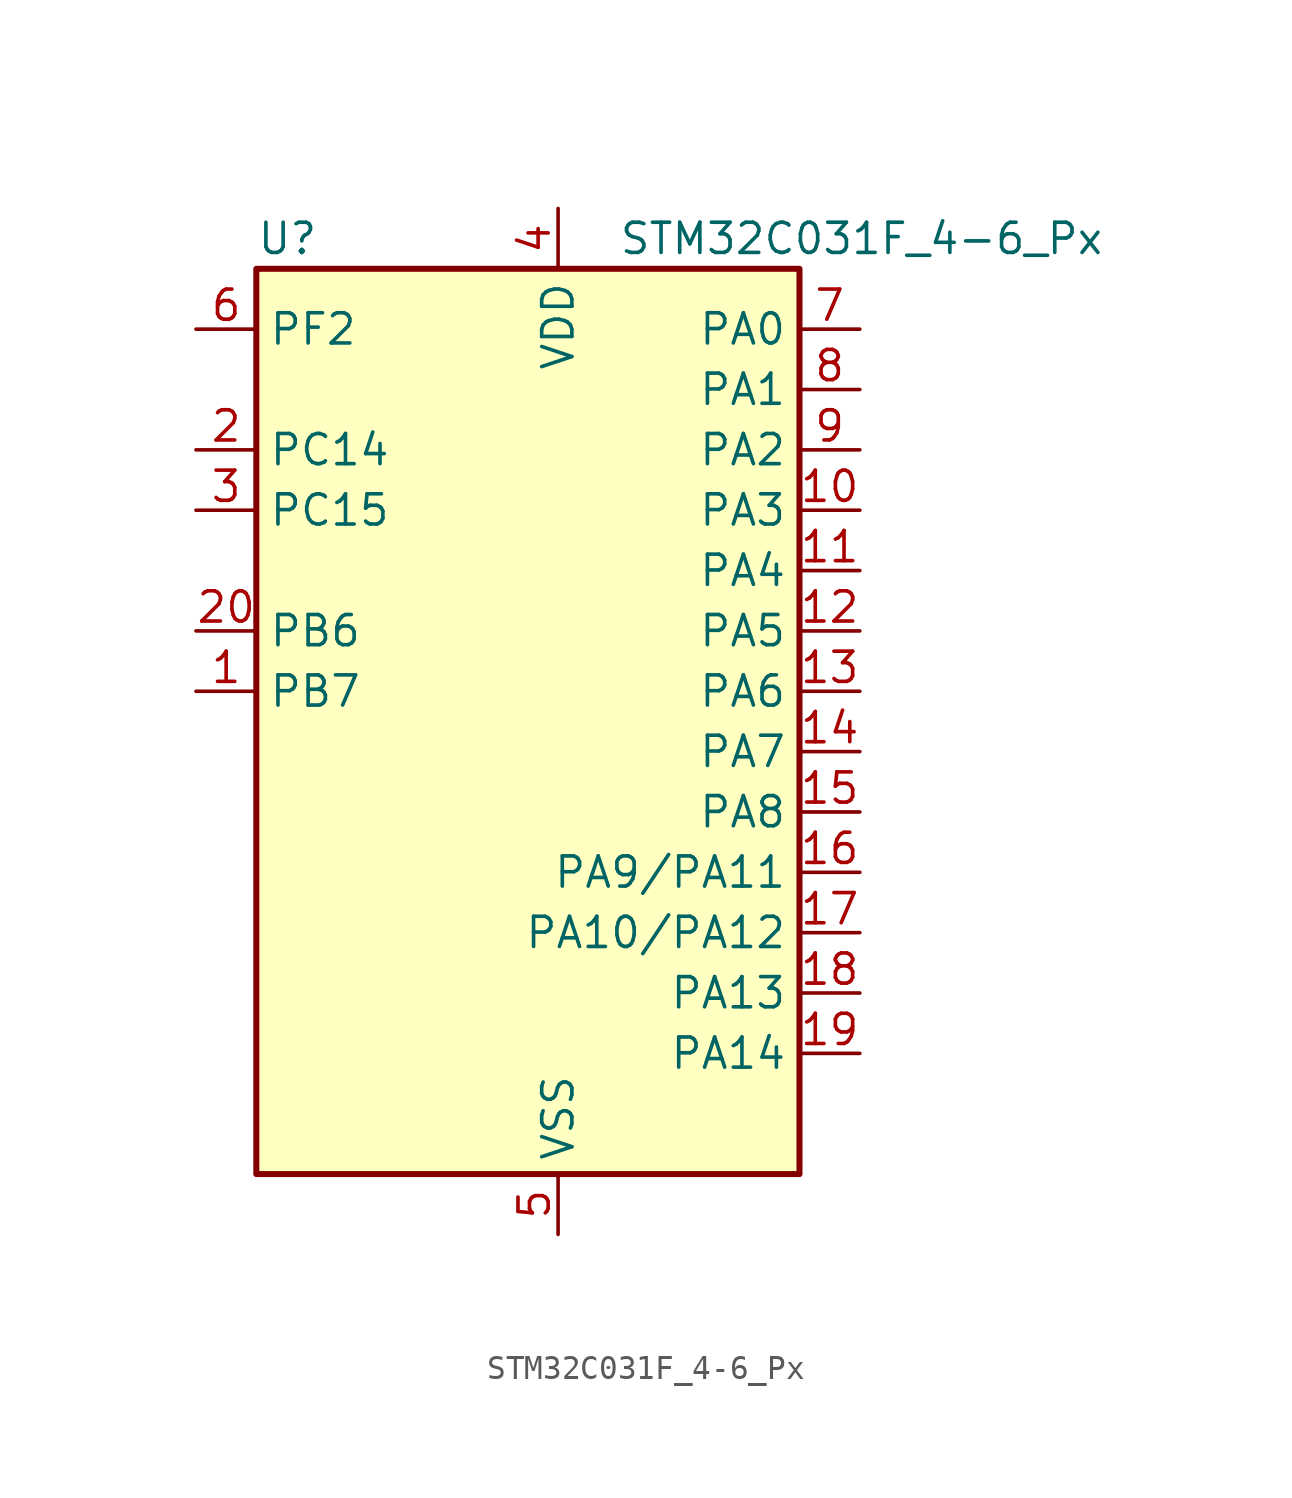
<source format=kicad_sym>
(kicad_symbol_lib
  (version 20211014)
  (generator kicad-library-utils)
  (symbol "STM32C031F_4-6_Px"
    (property "Reference" "U"
      (at -10.16 21.59 0)
      (effects (font (size 1.27 1.27)) (justify left)))
    (property "Value" "STM32C031F_4-6_Px"
      (at 5.08 21.59 0)
      (effects (font (size 1.27 1.27)) (justify left)))
    (property "ki_fp_filters" "TSSOP*4.4x6.5mm*P0.65mm*"
      (at 0.0 0.0 0.0)
      (effects (font (size 1.27 1.27))))
    (symbol "STM32C031F_4-6_Px_0_1"
      (rectangle (start -10.16 -17.78) (end 12.7 20.32) (stroke (width 0.254)) (fill (type background))))
    (symbol "STM32C031F_4-6_Px_1_1"
      (pin bidirectional line (at -12.7 17.78 0) (length 2.54) (name "PF2" (effects (font (size 1.27 1.27)))) (number "6" (effects (font (size 1.27 1.27)))) (alternate "RCC_MCO" bidirectional line) (alternate "TIM1_CH4" bidirectional line))
      (pin bidirectional line (at -12.7 12.7 0) (length 2.54) (name "PC14" (effects (font (size 1.27 1.27)))) (number "2" (effects (font (size 1.27 1.27)))) (alternate "I2C1_SDA" bidirectional line) (alternate "IR_OUT" bidirectional line) (alternate "RCC_OSCX_IN" bidirectional line) (alternate "TIM17_CH1" bidirectional line) (alternate "TIM1_BKIN2" bidirectional line) (alternate "TIM1_ETR" bidirectional line) (alternate "TIM3_CH2" bidirectional line) (alternate "USART1_TX" bidirectional line) (alternate "USART2_CK" bidirectional line) (alternate "USART2_DE" bidirectional line) (alternate "USART2_RTS" bidirectional line))
      (pin bidirectional line (at -12.7 10.16 0) (length 2.54) (name "PC15" (effects (font (size 1.27 1.27)))) (number "3" (effects (font (size 1.27 1.27)))) (alternate "RCC_OSC32_EN" bidirectional line) (alternate "RCC_OSCX_OUT" bidirectional line) (alternate "RCC_OSC_EN" bidirectional line) (alternate "TIM1_ETR" bidirectional line) (alternate "TIM3_CH3" bidirectional line))
      (pin bidirectional line (at -12.7 5.08 0) (length 2.54) (name "PB6" (effects (font (size 1.27 1.27)))) (number "20" (effects (font (size 1.27 1.27)))) (alternate "I2C1_SCL" bidirectional line) (alternate "I2C1_SMBA" bidirectional line) (alternate "I2S1_CK" bidirectional line) (alternate "I2S1_MCK" bidirectional line) (alternate "I2S1_SD" bidirectional line) (alternate "PWR_WKUP3" bidirectional line) (alternate "SPI1_MISO" bidirectional line) (alternate "SPI1_MOSI" bidirectional line) (alternate "SPI1_SCK" bidirectional line) (alternate "TIM16_BKIN" bidirectional line) (alternate "TIM16_CH1N" bidirectional line) (alternate "TIM17_BKIN" bidirectional line) (alternate "TIM1_CH2" bidirectional line) (alternate "TIM1_CH3" bidirectional line) (alternate "TIM3_CH1" bidirectional line) (alternate "TIM3_CH2" bidirectional line) (alternate "TIM3_CH3" bidirectional line) (alternate "USART1_CK" bidirectional line) (alternate "USART1_CTS" bidirectional line) (alternate "USART1_DE" bidirectional line) (alternate "USART1_NSS" bidirectional line) (alternate "USART1_RTS" bidirectional line) (alternate "USART1_TX" bidirectional line))
      (pin bidirectional line (at -12.7 2.54 0) (length 2.54) (name "PB7" (effects (font (size 1.27 1.27)))) (number "1" (effects (font (size 1.27 1.27)))) (alternate "I2C1_SCL" bidirectional line) (alternate "I2C1_SDA" bidirectional line) (alternate "RTC_REFIN" bidirectional line) (alternate "TIM16_CH1" bidirectional line) (alternate "TIM17_CH1N" bidirectional line) (alternate "TIM1_CH4" bidirectional line) (alternate "TIM3_CH1" bidirectional line) (alternate "TIM3_CH4" bidirectional line) (alternate "USART1_RX" bidirectional line) (alternate "USART2_CTS" bidirectional line) (alternate "USART2_NSS" bidirectional line))
      (pin bidirectional line (at 15.24 17.78 180) (length 2.54) (name "PA0" (effects (font (size 1.27 1.27)))) (number "7" (effects (font (size 1.27 1.27)))) (alternate "ADC1_IN0" bidirectional line) (alternate "PWR_WKUP1" bidirectional line) (alternate "TIM16_CH1" bidirectional line) (alternate "TIM1_CH1" bidirectional line) (alternate "USART1_TX" bidirectional line) (alternate "USART2_CTS" bidirectional line) (alternate "USART2_NSS" bidirectional line))
      (pin bidirectional line (at 15.24 15.24 180) (length 2.54) (name "PA1" (effects (font (size 1.27 1.27)))) (number "8" (effects (font (size 1.27 1.27)))) (alternate "ADC1_IN1" bidirectional line) (alternate "I2C1_SMBA" bidirectional line) (alternate "I2S1_CK" bidirectional line) (alternate "SPI1_SCK" bidirectional line) (alternate "TIM17_CH1" bidirectional line) (alternate "TIM1_CH2" bidirectional line) (alternate "USART1_RX" bidirectional line) (alternate "USART2_CK" bidirectional line) (alternate "USART2_DE" bidirectional line) (alternate "USART2_RTS" bidirectional line))
      (pin bidirectional line (at 15.24 12.7 180) (length 2.54) (name "PA2" (effects (font (size 1.27 1.27)))) (number "9" (effects (font (size 1.27 1.27)))) (alternate "ADC1_IN2" bidirectional line) (alternate "I2S1_SD" bidirectional line) (alternate "PWR_WKUP4" bidirectional line) (alternate "RCC_LSCO" bidirectional line) (alternate "SPI1_MOSI" bidirectional line) (alternate "TIM16_CH1N" bidirectional line) (alternate "TIM1_CH3" bidirectional line) (alternate "TIM3_ETR" bidirectional line) (alternate "USART2_TX" bidirectional line))
      (pin bidirectional line (at 15.24 10.16 180) (length 2.54) (name "PA3" (effects (font (size 1.27 1.27)))) (number "10" (effects (font (size 1.27 1.27)))) (alternate "ADC1_IN3" bidirectional line) (alternate "TIM1_CH1N" bidirectional line) (alternate "TIM1_CH4" bidirectional line) (alternate "USART2_RX" bidirectional line))
      (pin bidirectional line (at 15.24 7.62 180) (length 2.54) (name "PA4" (effects (font (size 1.27 1.27)))) (number "11" (effects (font (size 1.27 1.27)))) (alternate "ADC1_IN4" bidirectional line) (alternate "I2S1_WS" bidirectional line) (alternate "PWR_WKUP2" bidirectional line) (alternate "RTC_OUT1" bidirectional line) (alternate "RTC_TS" bidirectional line) (alternate "SPI1_NSS" bidirectional line) (alternate "TIM14_CH1" bidirectional line) (alternate "TIM17_CH1N" bidirectional line) (alternate "TIM1_CH2N" bidirectional line) (alternate "USART2_TX" bidirectional line))
      (pin bidirectional line (at 15.24 5.08 180) (length 2.54) (name "PA5" (effects (font (size 1.27 1.27)))) (number "12" (effects (font (size 1.27 1.27)))) (alternate "ADC1_IN5" bidirectional line) (alternate "I2S1_CK" bidirectional line) (alternate "SPI1_SCK" bidirectional line) (alternate "TIM1_CH1" bidirectional line) (alternate "TIM1_CH3N" bidirectional line) (alternate "USART2_RX" bidirectional line))
      (pin bidirectional line (at 15.24 2.54 180) (length 2.54) (name "PA6" (effects (font (size 1.27 1.27)))) (number "13" (effects (font (size 1.27 1.27)))) (alternate "ADC1_IN6" bidirectional line) (alternate "I2S1_MCK" bidirectional line) (alternate "SPI1_MISO" bidirectional line) (alternate "TIM16_CH1" bidirectional line) (alternate "TIM1_BKIN" bidirectional line) (alternate "TIM3_CH1" bidirectional line))
      (pin bidirectional line (at 15.24 0.0 180) (length 2.54) (name "PA7" (effects (font (size 1.27 1.27)))) (number "14" (effects (font (size 1.27 1.27)))) (alternate "ADC1_IN7" bidirectional line) (alternate "I2S1_SD" bidirectional line) (alternate "SPI1_MOSI" bidirectional line) (alternate "TIM14_CH1" bidirectional line) (alternate "TIM17_CH1" bidirectional line) (alternate "TIM1_CH1N" bidirectional line) (alternate "TIM3_CH2" bidirectional line))
      (pin bidirectional line (at 15.24 -2.54 180) (length 2.54) (name "PA8" (effects (font (size 1.27 1.27)))) (number "15" (effects (font (size 1.27 1.27)))) (alternate "ADC1_IN8" bidirectional line) (alternate "I2S1_WS" bidirectional line) (alternate "RCC_MCO" bidirectional line) (alternate "RCC_MCO_2" bidirectional line) (alternate "SPI1_NSS" bidirectional line) (alternate "TIM14_CH1" bidirectional line) (alternate "TIM1_CH1" bidirectional line) (alternate "TIM1_CH2N" bidirectional line) (alternate "TIM1_CH3N" bidirectional line) (alternate "TIM3_CH3" bidirectional line) (alternate "TIM3_CH4" bidirectional line) (alternate "USART1_RX" bidirectional line) (alternate "USART2_TX" bidirectional line))
      (pin bidirectional line (at 15.24 -5.08 180) (length 2.54) (name "PA9/PA11" (effects (font (size 1.27 1.27)))) (number "16" (effects (font (size 1.27 1.27)))) (alternate "I2C1_SCL" bidirectional line) (alternate "RCC_MCO" bidirectional line) (alternate "TIM1_CH2" bidirectional line) (alternate "TIM3_ETR" bidirectional line) (alternate "USART1_TX" bidirectional line))
      (pin bidirectional line (at 15.24 -7.62 180) (length 2.54) (name "PA10/PA12" (effects (font (size 1.27 1.27)))) (number "17" (effects (font (size 1.27 1.27)))) (alternate "I2C1_SDA" bidirectional line) (alternate "RCC_MCO_2" bidirectional line) (alternate "TIM17_BKIN" bidirectional line) (alternate "TIM1_CH3" bidirectional line) (alternate "USART1_RX" bidirectional line))
      (pin bidirectional line (at 15.24 -10.16 180) (length 2.54) (name "PA13" (effects (font (size 1.27 1.27)))) (number "18" (effects (font (size 1.27 1.27)))) (alternate "ADC1_IN13" bidirectional line) (alternate "DEBUG_SWDIO" bidirectional line) (alternate "IR_OUT" bidirectional line) (alternate "TIM3_ETR" bidirectional line) (alternate "USART2_RX" bidirectional line))
      (pin bidirectional line (at 15.24 -12.7 180) (length 2.54) (name "PA14" (effects (font (size 1.27 1.27)))) (number "19" (effects (font (size 1.27 1.27)))) (alternate "ADC1_IN14" bidirectional line) (alternate "DEBUG_SWCLK" bidirectional line) (alternate "I2S1_WS" bidirectional line) (alternate "RCC_MCO_2" bidirectional line) (alternate "SPI1_NSS" bidirectional line) (alternate "TIM1_CH1" bidirectional line) (alternate "USART1_CK" bidirectional line) (alternate "USART1_DE" bidirectional line) (alternate "USART1_RTS" bidirectional line) (alternate "USART2_RX" bidirectional line) (alternate "USART2_TX" bidirectional line))
      (pin power_in line (at 2.54 22.86 270) (length 2.54) (name "VDD" (effects (font (size 1.27 1.27)))) (number "4" (effects (font (size 1.27 1.27)))))
      (pin power_in line (at 2.54 -20.32 90) (length 2.54) (name "VSS" (effects (font (size 1.27 1.27)))) (number "5" (effects (font (size 1.27 1.27))))))))
</source>
